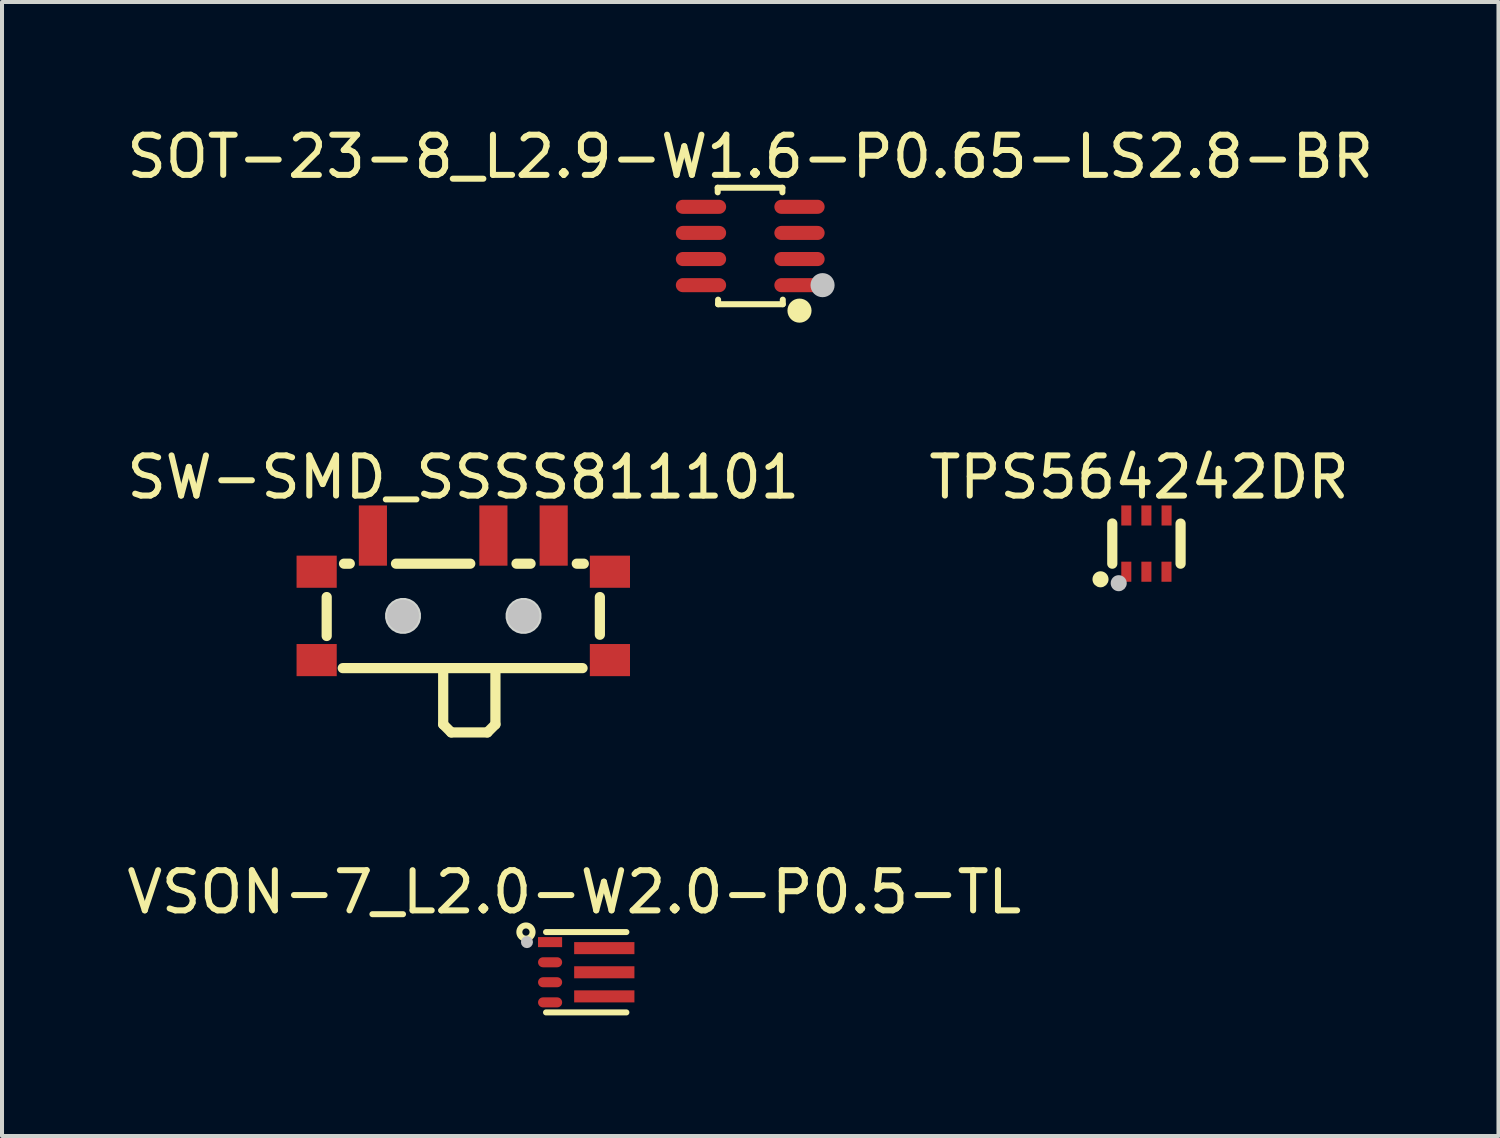
<source format=kicad_pcb>
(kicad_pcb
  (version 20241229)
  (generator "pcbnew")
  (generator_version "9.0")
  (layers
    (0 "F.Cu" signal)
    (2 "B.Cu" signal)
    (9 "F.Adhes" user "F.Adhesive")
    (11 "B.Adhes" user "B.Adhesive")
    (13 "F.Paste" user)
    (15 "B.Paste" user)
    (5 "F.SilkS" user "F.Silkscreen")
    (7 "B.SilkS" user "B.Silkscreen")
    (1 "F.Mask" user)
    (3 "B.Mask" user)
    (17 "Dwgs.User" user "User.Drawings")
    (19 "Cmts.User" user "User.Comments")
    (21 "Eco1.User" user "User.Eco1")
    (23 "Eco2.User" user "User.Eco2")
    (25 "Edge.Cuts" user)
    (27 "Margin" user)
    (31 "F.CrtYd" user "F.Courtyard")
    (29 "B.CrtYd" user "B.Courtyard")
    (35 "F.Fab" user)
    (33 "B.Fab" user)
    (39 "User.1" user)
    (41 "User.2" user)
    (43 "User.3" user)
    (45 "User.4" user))
  (footprint "SOT-23-8_L2.9-W1.6-P0.65-LS2.8-BR"
    (layer "F.Cu")
    (at 15.625 3.073)
    (property "Reference" "SOT-23-8_L2.9-W1.6-P0.65-LS2.8-BR" (at 0 -2.225 0) (layer "F.SilkS") (effects (font (size 1 1) (thickness 0.15))))
    (fp_line (start -0.81 -1.45) (end 0.8 -1.45) (stroke (width 0.15) (type default)) (layer "F.SilkS"))
    (fp_line (start -0.81 -1.336) (end -0.81 -1.45) (stroke (width 0.15) (type default)) (layer "F.SilkS"))
    (fp_line (start -0.8 1.45) (end -0.8 1.336) (stroke (width 0.15) (type default)) (layer "F.SilkS"))
    (fp_line (start 0.8 -1.45) (end 0.8 -1.336) (stroke (width 0.15) (type default)) (layer "F.SilkS"))
    (fp_line (start 0.81 1.336) (end 0.81 1.45) (stroke (width 0.15) (type default)) (layer "F.SilkS"))
    (fp_line (start 0.81 1.45) (end -0.8 1.45) (stroke (width 0.15) (type default)) (layer "F.SilkS"))
    (fp_circle (center 1.226 1.609) (end 1.376 1.609) (stroke (width 0.3) (type default)) (fill no) (layer "F.SilkS"))
    (fp_circle (center 1.8 0.975) (end 1.95 0.975) (stroke (width 0.3) (type default)) (fill no) (layer "Dwgs.User"))
    (fp_poly (pts (xy -1.4 -0.825) (xy -1.4 -1.125) (xy -0.95 -1.125) (xy -0.95 -0.825)) (stroke (width 0.1) (type default)) (fill no) (layer "User.1"))
    (fp_poly (pts (xy -1.4 -0.175) (xy -1.4 -0.475) (xy -0.95 -0.475) (xy -0.95 -0.175)) (stroke (width 0.1) (type default)) (fill no) (layer "User.1"))
    (fp_poly (pts (xy -1.4 0.475) (xy -1.4 0.175) (xy -0.95 0.175) (xy -0.95 0.475)) (stroke (width 0.1) (type default)) (fill no) (layer "User.1"))
    (fp_poly (pts (xy -1.4 1.125) (xy -1.4 0.825) (xy -0.95 0.825) (xy -0.95 1.125)) (stroke (width 0.1) (type default)) (fill no) (layer "User.1"))
    (fp_poly (pts (xy -0.96 -0.825) (xy -0.96 -1.125) (xy -0.802 -1.125) (xy -0.802 -0.825)) (stroke (width 0.1) (type default)) (fill no) (layer "User.1"))
    (fp_poly (pts (xy -0.96 -0.175) (xy -0.96 -0.475) (xy -0.802 -0.475) (xy -0.802 -0.175)) (stroke (width 0.1) (type default)) (fill no) (layer "User.1"))
    (fp_poly (pts (xy -0.96 0.475) (xy -0.96 0.175) (xy -0.802 0.175) (xy -0.802 0.475)) (stroke (width 0.1) (type default)) (fill no) (layer "User.1"))
    (fp_poly (pts (xy -0.96 1.125) (xy -0.96 0.825) (xy -0.802 0.825) (xy -0.802 1.125)) (stroke (width 0.1) (type default)) (fill no) (layer "User.1"))
    (fp_poly (pts (xy 0.802 -0.825) (xy 0.802 -1.125) (xy 0.96 -1.125) (xy 0.96 -0.825)) (stroke (width 0.1) (type default)) (fill no) (layer "User.1"))
    (fp_poly (pts (xy 0.802 -0.175) (xy 0.802 -0.475) (xy 0.96 -0.475) (xy 0.96 -0.175)) (stroke (width 0.1) (type default)) (fill no) (layer "User.1"))
    (fp_poly (pts (xy 0.802 0.475) (xy 0.802 0.175) (xy 0.96 0.175) (xy 0.96 0.475)) (stroke (width 0.1) (type default)) (fill no) (layer "User.1"))
    (fp_poly (pts (xy 0.802 1.125) (xy 0.802 0.825) (xy 0.96 0.825) (xy 0.96 1.125)) (stroke (width 0.1) (type default)) (fill no) (layer "User.1"))
    (fp_poly (pts (xy 0.95 -0.825) (xy 0.95 -1.125) (xy 1.4 -1.125) (xy 1.4 -0.825)) (stroke (width 0.1) (type default)) (fill no) (layer "User.1"))
    (fp_poly (pts (xy 0.95 -0.175) (xy 0.95 -0.475) (xy 1.4 -0.475) (xy 1.4 -0.175)) (stroke (width 0.1) (type default)) (fill no) (layer "User.1"))
    (fp_poly (pts (xy 0.95 0.475) (xy 0.95 0.175) (xy 1.4 0.175) (xy 1.4 0.475)) (stroke (width 0.1) (type default)) (fill no) (layer "User.1"))
    (fp_poly (pts (xy 0.95 1.125) (xy 0.95 0.825) (xy 1.4 0.825) (xy 1.4 1.125)) (stroke (width 0.1) (type default)) (fill no) (layer "User.1"))
    (fp_line (start -0.812 -1.45) (end 0.812 -1.45) (stroke (width 0.051) (type default)) (layer "User.2"))
    (fp_line (start -0.812 1.45) (end -0.812 -1.45) (stroke (width 0.051) (type default)) (layer "User.2"))
    (fp_line (start 0.812 -1.45) (end 0.812 1.45) (stroke (width 0.051) (type default)) (layer "User.2"))
    (fp_line (start 0.812 1.45) (end -0.812 1.45) (stroke (width 0.051) (type default)) (layer "User.2"))
    (fp_poly (pts (xy 1.455 1.427) (xy 1.423 1.395) (xy 1.377 1.395) (xy 1.345 1.427) (xy 1.345 1.473) (xy 1.377 1.505) (xy 1.423 1.505) (xy 1.455 1.473)) (stroke (width 0.1) (type default)) (fill no) (layer "User.3"))
    (pad "1" smd oval (at 1.226 0.975) (size 1.252 0.35) (layers "F.Cu" "F.Mask" "F.Paste"))
    (pad "2" smd oval (at 1.226 0.325) (size 1.252 0.35) (layers "F.Cu" "F.Mask" "F.Paste"))
    (pad "3" smd oval (at 1.226 -0.325) (size 1.252 0.35) (layers "F.Cu" "F.Mask" "F.Paste"))
    (pad "4" smd oval (at 1.226 -0.975) (size 1.252 0.35) (layers "F.Cu" "F.Mask" "F.Paste"))
    (pad "5" smd oval (at -1.226 -0.975) (size 1.252 0.35) (layers "F.Cu" "F.Mask" "F.Paste"))
    (pad "6" smd oval (at -1.226 -0.325) (size 1.252 0.35) (layers "F.Cu" "F.Mask" "F.Paste"))
    (pad "7" smd oval (at -1.226 0.325) (size 1.252 0.35) (layers "F.Cu" "F.Mask" "F.Paste"))
    (pad "8" smd oval (at -1.226 0.975) (size 1.252 0.35) (layers "F.Cu" "F.Mask" "F.Paste")))
  (footprint "TPS564242DR"
    (layer "F.Cu")
    (at 25.487 10.481)
    (property "Reference" "TPS564242DR" (at -0.183 -1.65 0) (layer "F.SilkS") (effects (font (size 1 1) (thickness 0.15))))
    (fp_line (start -0.85 -0.5) (end -0.85 0.5) (stroke (width 0.254) (type default)) (layer "F.SilkS"))
    (fp_line (start 0.85 -0.498) (end 0.85 0.5) (stroke (width 0.254) (type default)) (layer "F.SilkS"))
    (fp_circle (center -1.143 0.889) (end -1.043 0.889) (stroke (width 0.2) (type default)) (fill no) (layer "F.SilkS"))
    (fp_circle (center -0.69 0.986) (end -0.59 0.986) (stroke (width 0.2) (type default)) (fill no) (layer "Dwgs.User"))
    (fp_poly (pts (xy -0.606 -0.8) (xy -0.396 -0.8) (xy -0.396 -0.5) (xy -0.606 -0.5)) (stroke (width 0.1) (type default)) (fill no) (layer "User.1"))
    (fp_poly (pts (xy -0.606 0.5) (xy -0.396 0.5) (xy -0.396 0.8) (xy -0.606 0.8)) (stroke (width 0.1) (type default)) (fill no) (layer "User.1"))
    (fp_poly (pts (xy -0.106 -0.8) (xy 0.104 -0.8) (xy 0.104 -0.5) (xy -0.106 -0.5)) (stroke (width 0.1) (type default)) (fill no) (layer "User.1"))
    (fp_poly (pts (xy -0.106 0.5) (xy 0.104 0.5) (xy 0.104 0.8) (xy -0.106 0.8)) (stroke (width 0.1) (type default)) (fill no) (layer "User.1"))
    (fp_poly (pts (xy 0.394 0.5) (xy 0.604 0.5) (xy 0.604 0.8) (xy 0.394 0.8)) (stroke (width 0.1) (type default)) (fill no) (layer "User.1"))
    (fp_poly (pts (xy 0.396 -0.8) (xy 0.606 -0.8) (xy 0.606 -0.5) (xy 0.396 -0.5)) (stroke (width 0.1) (type default)) (fill no) (layer "User.1"))
    (fp_line (start -0.8 -0.6) (end 0.8 -0.6) (stroke (width 0.051) (type default)) (layer "User.2"))
    (fp_line (start -0.8 0.6) (end -0.8 -0.6) (stroke (width 0.051) (type default)) (layer "User.2"))
    (fp_line (start 0.8 -0.6) (end 0.8 0.6) (stroke (width 0.051) (type default)) (layer "User.2"))
    (fp_line (start 0.8 0.6) (end -0.8 0.6) (stroke (width 0.051) (type default)) (layer "User.2"))
    (fp_poly (pts (xy -0.745 0.777) (xy -0.777 0.745) (xy -0.823 0.745) (xy -0.855 0.777) (xy -0.855 0.823) (xy -0.823 0.855) (xy -0.777 0.855) (xy -0.745 0.823)) (stroke (width 0.1) (type default)) (fill no) (layer "User.3"))
    (pad "1" smd rect (at -0.501 0.7) (size 0.25 0.5) (layers "F.Cu" "F.Mask" "F.Paste"))
    (pad "2" smd rect (at -0.001 0.7) (size 0.25 0.5) (layers "F.Cu" "F.Mask" "F.Paste"))
    (pad "3" smd rect (at 0.499 0.7) (size 0.25 0.5) (layers "F.Cu" "F.Mask" "F.Paste"))
    (pad "4" smd rect (at 0.501 -0.7) (size 0.25 0.5) (layers "F.Cu" "F.Mask" "F.Paste"))
    (pad "5" smd rect (at -0.001 -0.7) (size 0.25 0.5) (layers "F.Cu" "F.Mask" "F.Paste"))
    (pad "6" smd rect (at -0.501 -0.7) (size 0.25 0.5) (layers "F.Cu" "F.Mask" "F.Paste")))
  (footprint "SW-SMD_SSSS811101"
    (layer "F.Cu")
    (at 8.482 11.831)
    (property "Reference" "SW-SMD_SSSS811101" (at 0 -3 0) (layer "F.SilkS") (effects (font (size 1 1) (thickness 0.15))))
    (fp_line (start -3.4 0.95) (end -3.4 -0.019) (stroke (width 0.254) (type default)) (layer "F.SilkS"))
    (fp_line (start -2.969 -0.85) (end -2.825 -0.85) (stroke (width 0.254) (type default)) (layer "F.SilkS"))
    (fp_line (start -1.675 -0.85) (end 0.174 -0.85) (stroke (width 0.254) (type default)) (layer "F.SilkS"))
    (fp_line (start -0.5 3.15) (end -0.5 1.85) (stroke (width 0.254) (type default)) (layer "F.SilkS"))
    (fp_line (start -0.3 3.35) (end -0.5 3.15) (stroke (width 0.254) (type default)) (layer "F.SilkS"))
    (fp_line (start -0.3 3.35) (end 0.6 3.35) (stroke (width 0.254) (type default)) (layer "F.SilkS"))
    (fp_line (start 0.6 3.35) (end 0.8 3.15) (stroke (width 0.254) (type default)) (layer "F.SilkS"))
    (fp_line (start 0.8 3.15) (end 0.8 1.85) (stroke (width 0.254) (type default)) (layer "F.SilkS"))
    (fp_line (start 1.325 -0.85) (end 1.675 -0.85) (stroke (width 0.254) (type default)) (layer "F.SilkS"))
    (fp_line (start 2.825 -0.85) (end 3 -0.85) (stroke (width 0.254) (type default)) (layer "F.SilkS"))
    (fp_line (start 2.969 1.75) (end -3 1.75) (stroke (width 0.254) (type default)) (layer "F.SilkS"))
    (fp_line (start 3.4 -0.019) (end 3.4 0.919) (stroke (width 0.254) (type default)) (layer "F.SilkS"))
    (fp_circle (center -1.5 0.45) (end -1.3 0.45) (stroke (width 0.4) (type default)) (fill no) (layer "Dwgs.User"))
    (fp_circle (center 1.5 0.45) (end 1.7 0.45) (stroke (width 0.4) (type default)) (fill no) (layer "Dwgs.User"))
    (fp_poly (pts (xy -1.054 0.391) (xy -1.084 0.278) (xy -1.143 0.176) (xy -1.226 0.093) (xy -1.328 0.034) (xy -1.441 0.004) (xy -1.559 0.004) (xy -1.672 0.034) (xy -1.774 0.093) (xy -1.857 0.176) (xy -1.916 0.278) (xy -1.946 0.391) (xy -1.946 0.509) (xy -1.916 0.622) (xy -1.857 0.724) (xy -1.774 0.807) (xy -1.672 0.866) (xy -1.559 0.896) (xy -1.441 0.896) (xy -1.328 0.866) (xy -1.226 0.807) (xy -1.143 0.724) (xy -1.084 0.622) (xy -1.054 0.509)) (stroke (width 0) (type default)) (fill yes) (layer "Edge.Cuts"))
    (fp_poly (pts (xy 1.946 0.391) (xy 1.916 0.278) (xy 1.857 0.176) (xy 1.774 0.093) (xy 1.672 0.034) (xy 1.559 0.004) (xy 1.441 0.004) (xy 1.328 0.034) (xy 1.226 0.093) (xy 1.143 0.176) (xy 1.084 0.278) (xy 1.054 0.391) (xy 1.054 0.509) (xy 1.084 0.622) (xy 1.143 0.724) (xy 1.226 0.807) (xy 1.328 0.866) (xy 1.441 0.896) (xy 1.559 0.896) (xy 1.672 0.866) (xy 1.774 0.807) (xy 1.857 0.724) (xy 1.916 0.622) (xy 1.946 0.509)) (stroke (width 0) (type default)) (fill yes) (layer "Edge.Cuts"))
    (fp_poly (pts (xy -3.252 -0.85) (xy -3.252 -0.45) (xy -3.852 -0.45) (xy -3.852 -0.85)) (stroke (width 0.1) (type default)) (fill no) (layer "User.1"))
    (fp_poly (pts (xy -3.252 1.35) (xy -3.252 1.75) (xy -3.852 1.75) (xy -3.852 1.35)) (stroke (width 0.1) (type default)) (fill no) (layer "User.1"))
    (fp_poly (pts (xy -2.45 -1.738) (xy -2.05 -1.738) (xy -2.05 -0.838) (xy -2.45 -0.838)) (stroke (width 0.1) (type default)) (fill no) (layer "User.1"))
    (fp_poly (pts (xy 0.55 -1.738) (xy 0.95 -1.738) (xy 0.95 -0.838) (xy 0.55 -0.838)) (stroke (width 0.1) (type default)) (fill no) (layer "User.1"))
    (fp_poly (pts (xy 2.05 -1.738) (xy 2.45 -1.738) (xy 2.45 -0.838) (xy 2.05 -0.838)) (stroke (width 0.1) (type default)) (fill no) (layer "User.1"))
    (fp_poly (pts (xy 3.852 -0.85) (xy 3.852 -0.45) (xy 3.252 -0.45) (xy 3.252 -0.85)) (stroke (width 0.1) (type default)) (fill no) (layer "User.1"))
    (fp_poly (pts (xy 3.852 1.35) (xy 3.852 1.75) (xy 3.252 1.75) (xy 3.252 1.35)) (stroke (width 0.1) (type default)) (fill no) (layer "User.1"))
    (fp_line (start -3.35 -0.85) (end -3.35 1.75) (stroke (width 0.051) (type default)) (layer "User.2"))
    (fp_line (start -3.35 1.75) (end -0.335 1.75) (stroke (width 0.051) (type default)) (layer "User.2"))
    (fp_line (start -0.335 1.75) (end -0.335 3.26) (stroke (width 0.051) (type default)) (layer "User.2"))
    (fp_line (start -0.335 3.26) (end 0.965 3.26) (stroke (width 0.051) (type default)) (layer "User.2"))
    (fp_line (start 0.965 1.75) (end 3.35 1.75) (stroke (width 0.051) (type default)) (layer "User.2"))
    (fp_line (start 0.965 3.26) (end 0.965 1.75) (stroke (width 0.051) (type default)) (layer "User.2"))
    (fp_line (start 3.35 -0.85) (end -3.35 -0.85) (stroke (width 0.051) (type default)) (layer "User.2"))
    (fp_line (start 3.35 1.75) (end 3.35 -0.85) (stroke (width 0.051) (type default)) (layer "User.2"))
    (fp_poly (pts (xy -3.797 -1.761) (xy -3.829 -1.793) (xy -3.875 -1.793) (xy -3.907 -1.761) (xy -3.907 -1.715) (xy -3.875 -1.683) (xy -3.829 -1.683) (xy -3.797 -1.715)) (stroke (width 0.1) (type default)) (fill no) (layer "User.3"))
    (pad "1" smd rect (at -2.25 -1.55) (size 0.7 1.5) (layers "F.Cu" "F.Mask" "F.Paste"))
    (pad "2" smd rect (at 0.75 -1.55) (size 0.7 1.5) (layers "F.Cu" "F.Mask" "F.Paste"))
    (pad "3" smd rect (at 2.25 -1.55) (size 0.7 1.5) (layers "F.Cu" "F.Mask" "F.Paste"))
    (pad "4" smd rect (at -3.65 -0.65 90) (size 0.8 1) (layers "F.Cu" "F.Mask" "F.Paste"))
    (pad "5" smd rect (at 3.65 -0.65 90) (size 0.8 1) (layers "F.Cu" "F.Mask" "F.Paste"))
    (pad "6" smd rect (at 3.65 1.55 90) (size 0.8 1) (layers "F.Cu" "F.Mask" "F.Paste"))
    (pad "7" smd rect (at -3.65 1.55 90) (size 0.8 1) (layers "F.Cu" "F.Mask" "F.Paste")))
  (footprint "VSON-7_L2.0-W2.0-P0.5-TL"
    (layer "F.Cu")
    (at 11.317 21.151)
    (property "Reference" "VSON-7_L2.0-W2.0-P0.5-TL" (at -0.073 -1.995 0) (layer "F.SilkS") (effects (font (size 1 1) (thickness 0.15))))
    (fp_line (start -0.775 -1) (end 1.225 -1) (stroke (width 0.15) (type default)) (layer "F.SilkS"))
    (fp_line (start -0.775 1) (end 1.225 1) (stroke (width 0.15) (type default)) (layer "F.SilkS"))
    (fp_circle (center -1.275 -1) (end -1.11 -1) (stroke (width 0.15) (type default)) (fill no) (layer "F.SilkS"))
    (fp_circle (center -1.25 -0.75) (end -1.175 -0.75) (stroke (width 0.15) (type default)) (fill no) (layer "Dwgs.User"))
    (fp_poly (pts (xy -0.375 -0.625) (xy -0.789 -0.625) (xy -0.789 -0.875) (xy -0.375 -0.875)) (stroke (width 0.1) (type default)) (fill no) (layer "User.1"))
    (fp_poly (pts (xy -0.374 -0.123) (xy -0.788 -0.123) (xy -0.788 -0.374) (xy -0.374 -0.373)) (stroke (width 0.1) (type default)) (fill no) (layer "User.1"))
    (fp_poly (pts (xy -0.374 0.374) (xy -0.788 0.374) (xy -0.788 0.124) (xy -0.374 0.124)) (stroke (width 0.1) (type default)) (fill no) (layer "User.1"))
    (fp_poly (pts (xy -0.374 0.875) (xy -0.788 0.875) (xy -0.788 0.625) (xy -0.374 0.625)) (stroke (width 0.1) (type default)) (fill no) (layer "User.1"))
    (fp_poly (pts (xy 1.25 -0.475) (xy -0.075 -0.475) (xy -0.075 -0.725) (xy 1.25 -0.725)) (stroke (width 0.1) (type default)) (fill no) (layer "User.1"))
    (fp_poly (pts (xy 1.25 0.126) (xy -0.075 0.126) (xy -0.075 -0.124) (xy 1.25 -0.124)) (stroke (width 0.1) (type default)) (fill no) (layer "User.1"))
    (fp_poly (pts (xy 1.25 0.726) (xy -0.075 0.726) (xy -0.075 0.476) (xy 1.25 0.475)) (stroke (width 0.1) (type default)) (fill no) (layer "User.1"))
    (fp_line (start -0.775 -1) (end 1.225 -1) (stroke (width 0.051) (type default)) (layer "User.2"))
    (fp_line (start -0.775 1) (end -0.775 -1) (stroke (width 0.051) (type default)) (layer "User.2"))
    (fp_line (start 1.225 -1) (end 1.225 1) (stroke (width 0.051) (type default)) (layer "User.2"))
    (fp_line (start 1.225 1) (end -0.775 1) (stroke (width 0.051) (type default)) (layer "User.2"))
    (fp_poly (pts (xy -1.46 -1.262) (xy -1.492 -1.295) (xy -1.538 -1.295) (xy -1.57 -1.262) (xy -1.57 -1.217) (xy -1.538 -1.184) (xy -1.492 -1.184) (xy -1.46 -1.217)) (stroke (width 0.1) (type default)) (fill no) (layer "User.3"))
    (pad "1" smd rect (at -0.675 -0.75 180) (size 0.6 0.25) (layers "F.Cu" "F.Mask" "F.Paste"))
    (pad "2" smd oval (at -0.674 -0.248 180) (size 0.6 0.25) (layers "F.Cu" "F.Mask" "F.Paste"))
    (pad "3" smd oval (at -0.674 0.249 180) (size 0.6 0.25) (layers "F.Cu" "F.Mask" "F.Paste"))
    (pad "4" smd oval (at -0.674 0.75 180) (size 0.6 0.25) (layers "F.Cu" "F.Mask" "F.Paste"))
    (pad "5" smd rect (at 0.675 0.601 180) (size 1.5 0.3) (layers "F.Cu" "F.Mask" "F.Paste"))
    (pad "6" smd rect (at 0.675 0.001 180) (size 1.5 0.3) (layers "F.Cu" "F.Mask" "F.Paste"))
    (pad "7" smd rect (at 0.675 -0.6 180) (size 1.5 0.3) (layers "F.Cu" "F.Mask" "F.Paste")))
  (gr_rect
    (start -3 -3)
    (end 34.25 25.227)
    (stroke (width 0.1) (type default))
    (fill no)
    (layer "Edge.Cuts")))
</source>
